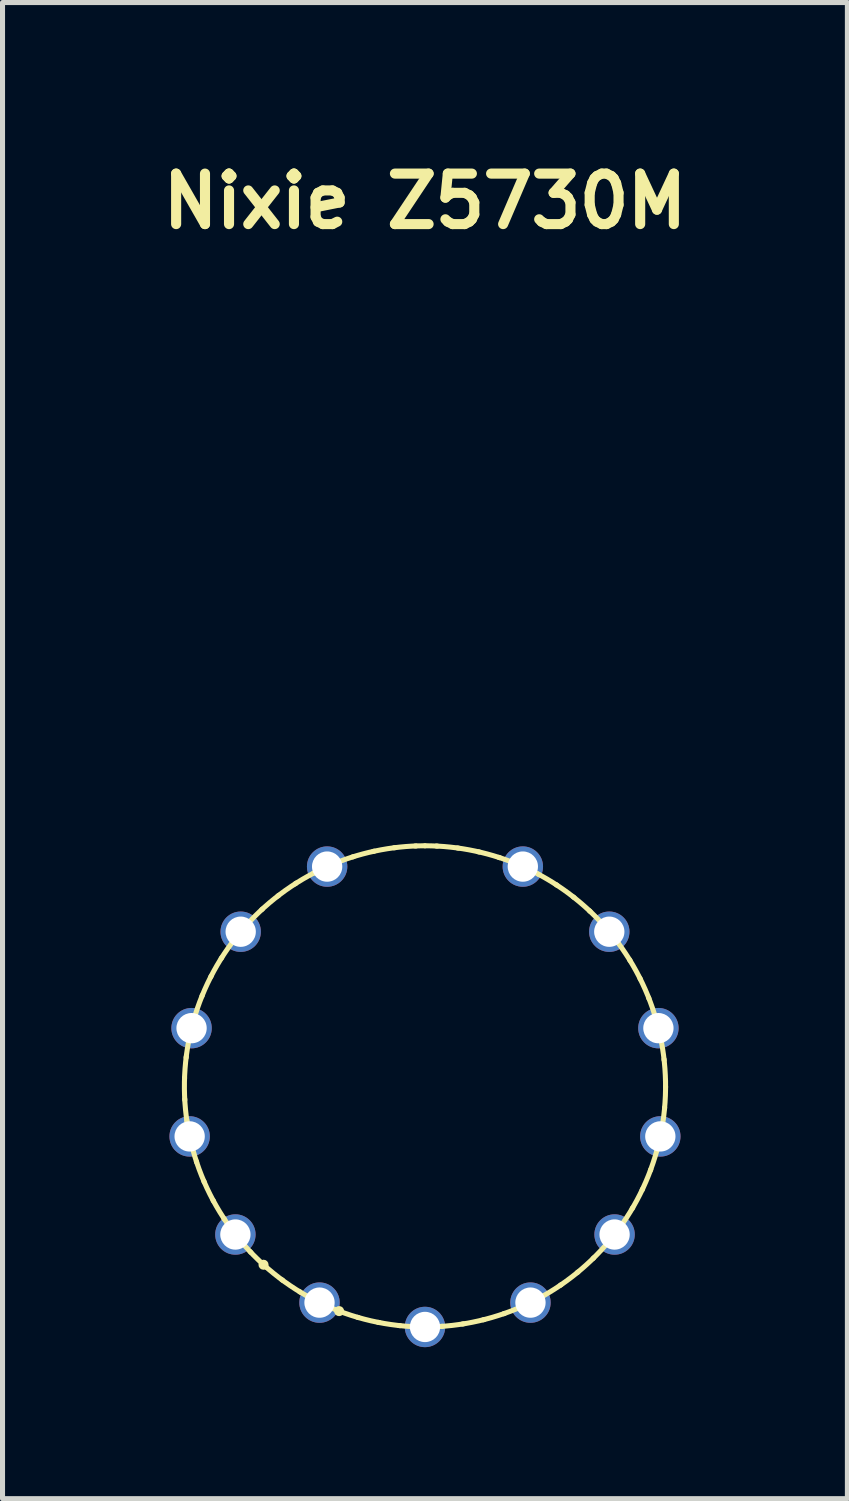
<source format=kicad_pcb>
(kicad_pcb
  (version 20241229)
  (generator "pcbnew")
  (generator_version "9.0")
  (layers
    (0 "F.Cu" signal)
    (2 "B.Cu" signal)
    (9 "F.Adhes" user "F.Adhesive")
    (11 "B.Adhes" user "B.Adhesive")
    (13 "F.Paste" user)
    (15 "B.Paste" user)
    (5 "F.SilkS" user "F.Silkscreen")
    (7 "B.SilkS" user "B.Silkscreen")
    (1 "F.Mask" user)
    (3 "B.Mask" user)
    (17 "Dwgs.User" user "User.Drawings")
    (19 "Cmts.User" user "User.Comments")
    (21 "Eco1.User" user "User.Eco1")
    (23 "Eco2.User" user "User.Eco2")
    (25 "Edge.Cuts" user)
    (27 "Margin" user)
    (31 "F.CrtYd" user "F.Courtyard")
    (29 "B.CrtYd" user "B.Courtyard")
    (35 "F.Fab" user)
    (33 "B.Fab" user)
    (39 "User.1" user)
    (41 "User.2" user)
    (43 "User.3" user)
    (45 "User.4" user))
  (footprint "Nixie Z5730M"
    (layer "F.Cu")
    (at 5.367 18.936)
    (property "Reference" "Nixie Z5730M" (at 0 -18 0) (unlocked yes) (layer "F.SilkS") (effects (font (size 1 1) (thickness 0.2) (bold yes))))
    (attr smd)
    (fp_arc (start -4.660871 0.520699) (mid -4.764272 -0.55316) (end -4.623457 -1.622757) (stroke (width 0.1) (type solid)) (layer "F.SilkS"))
    (fp_arc (start -4.623456 -1.622757) (mid -4.245643 -2.633263) (end -3.650199 -3.532881) (stroke (width 0.1) (type solid)) (layer "F.SilkS"))
    (fp_arc (start -3.75487 2.463626) (mid -4.318555 1.543775) (end -4.660872 0.520699) (stroke (width 0.1) (type solid)) (layer "F.SilkS"))
    (fp_arc (start -3.650198 -3.532881) (mid -2.867645 -4.275495) (end -1.938098 -4.823041) (stroke (width 0.1) (type solid)) (layer "F.SilkS"))
    (fp_arc (start -3.19781 3.062595) (mid -3.19781 3.062595) (end -3.19781 3.062595) (stroke (width 0.1) (type default)) (layer "F.SilkS"))
    (fp_arc (start -2.088837 3.812754) (mid -2.99871 3.233101) (end -3.75487 2.463628) (stroke (width 0.1) (type solid)) (layer "F.SilkS"))
    (fp_arc (start -1.938098 -4.823045) (mid -0.990698 -5.130874) (end 0 -5.235) (stroke (width 0.1) (type default)) (layer "F.SilkS"))
    (fp_arc (start -1.700786 3.981129) (mid -1.700786 3.981129) (end -1.700786 3.981129) (stroke (width 0.1) (type default)) (layer "F.SilkS"))
    (fp_arc (start 0 -5.235) (mid 0.990699 -5.130873) (end 1.9381 -4.823044) (stroke (width 0.1) (type solid)) (layer "F.SilkS"))
    (fp_arc (start 0 4.295) (mid -1.071892 4.172873) (end -2.088839 3.812754) (stroke (width 0.1) (type solid)) (layer "F.SilkS"))
    (fp_arc (start 1.9381 -4.823044) (mid 2.867649 -4.275498) (end 3.650202 -3.532883) (stroke (width 0.1) (type solid)) (layer "F.SilkS"))
    (fp_arc (start 2.088835 3.812755) (mid 1.07189 4.172873) (end 0 4.295) (stroke (width 0.1) (type default)) (layer "F.SilkS"))
    (fp_arc (start 3.650202 -3.532881) (mid 4.245646 -2.633263) (end 4.623458 -1.622756) (stroke (width 0.1) (type solid)) (layer "F.SilkS"))
    (fp_arc (start 3.754868 2.46363) (mid 2.998708 3.233103) (end 2.088834 3.812755) (stroke (width 0.1) (type solid)) (layer "F.SilkS"))
    (fp_arc (start 4.623459 -1.622756) (mid 4.764274 -0.553159) (end 4.660872 0.520701) (stroke (width 0.1) (type solid)) (layer "F.SilkS"))
    (fp_arc (start 4.660872 0.520705) (mid 4.318554 1.543781) (end 3.754868 2.463632) (stroke (width 0.1) (type solid)) (layer "F.SilkS"))
    (fp_circle (center 0 -0.47) (end 4.765 -0.47) (stroke (width 0.1) (type dot)) (fill no) (layer "F.SilkS"))
    (pad "0" thru_hole circle (at 3.65 -3.533) (size 0.8 0.8) (drill 0.6) (layers "*.Cu" "*.Mask"))
    (pad "1" thru_hole circle (at -1.938 -4.823) (size 0.8 0.8) (drill 0.6) (layers "*.Cu" "*.Mask"))
    (pad "2" thru_hole circle (at -3.65 -3.533) (size 0.8 0.8) (drill 0.6) (layers "*.Cu" "*.Mask"))
    (pad "3" thru_hole circle (at -4.623 -1.623) (size 0.8 0.8) (drill 0.6) (layers "*.Cu" "*.Mask"))
    (pad "4" thru_hole circle (at -3.755 2.464) (size 0.8 0.8) (drill 0.6) (layers "*.Cu" "*.Mask"))
    (pad "5" thru_hole circle (at -2.089 3.813) (size 0.8 0.8) (drill 0.6) (layers "*.Cu" "*.Mask"))
    (pad "6" thru_hole circle (at 0 4.295) (size 0.8 0.8) (drill 0.6) (layers "*.Cu" "*.Mask"))
    (pad "7" thru_hole circle (at 2.089 3.813) (size 0.8 0.8) (drill 0.6) (layers "*.Cu" "*.Mask"))
    (pad "8" thru_hole circle (at 3.755 2.464) (size 0.8 0.8) (drill 0.6) (layers "*.Cu" "*.Mask"))
    (pad "9" thru_hole circle (at 4.623 -1.623) (size 0.8 0.8) (drill 0.6) (layers "*.Cu" "*.Mask"))
    (pad "A" thru_hole circle (at 1.938 -4.823) (size 0.8 0.8) (drill 0.6) (layers "*.Cu" "*.Mask"))
    (pad "IC" thru_hole circle (at -4.661 0.521) (size 0.8 0.8) (drill 0.6) (layers "*.Cu" "*.Mask"))
    (pad "PR" thru_hole circle (at 4.661 0.521) (size 0.8 0.8) (drill 0.6) (layers "*.Cu" "*.Mask")))
  (gr_rect
    (start -3 -3)
    (end 13.733 26.631)
    (stroke (width 0.1) (type default))
    (fill no)
    (layer "Edge.Cuts")))
</source>
